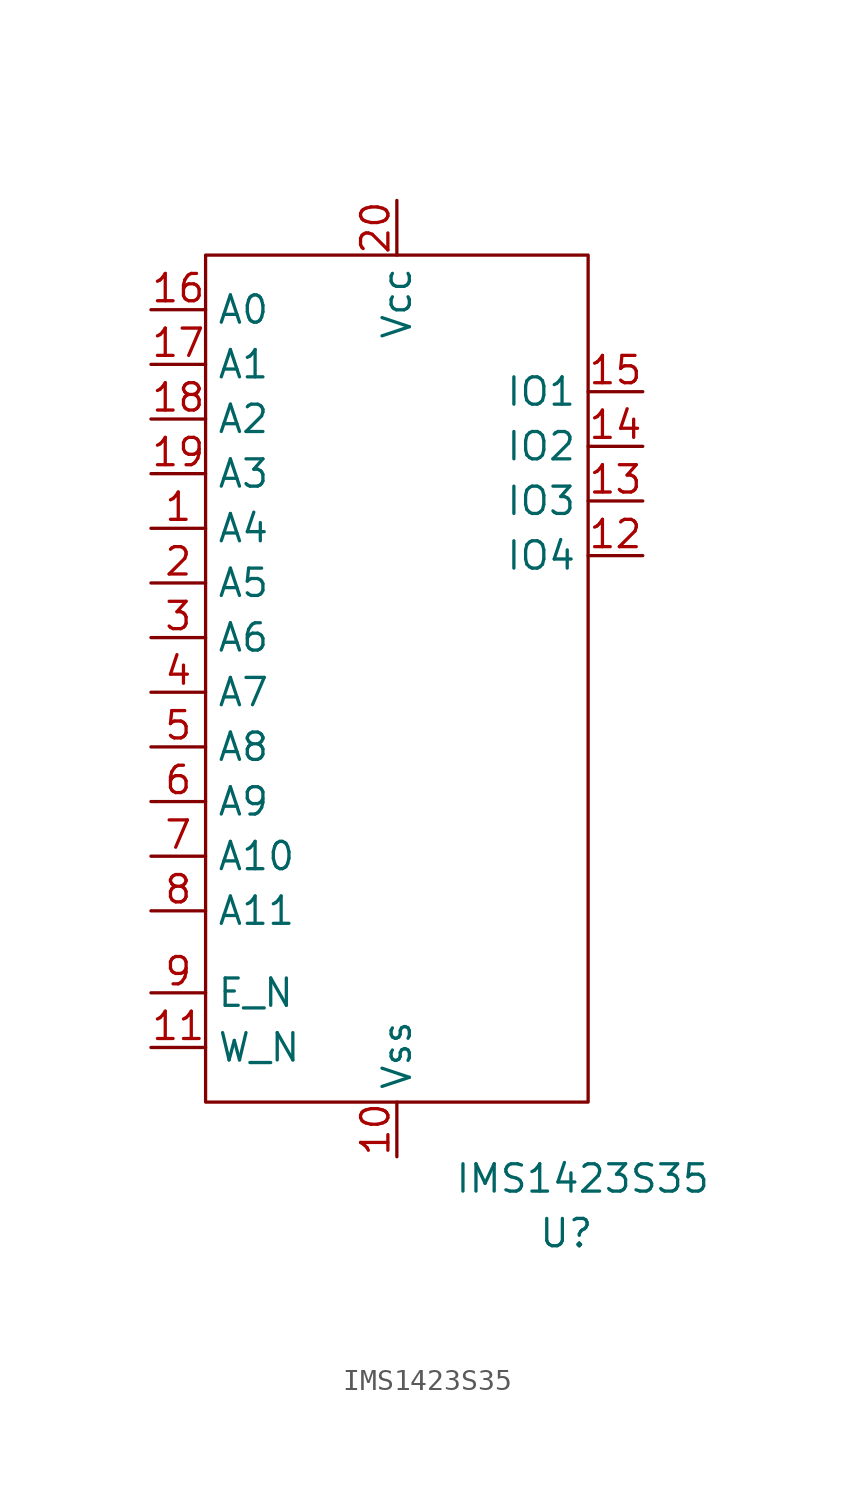
<source format=kicad_sym>
(kicad_symbol_lib
  (version 20241209)
  (generator "kicad_symbol_editor")
  (generator_version "9.0")
  (symbol "IMS1423S35"
    (property "Reference" "U"
      (at 14.224 -42.926 0)
      (effects (font (size 1.27 1.27))))
    (property "Value" "IMS1423S35"
      (at 14.986 -40.386 0)
      (effects (font (size 1.27 1.27))))
    (symbol "IMS1423S35_0_1"
      (rectangle (start -2.54 2.54) (end 15.24 -36.83) (stroke (width 0) (type default)) (fill (type none))))
    (symbol "IMS1423S35_1_1"
      (pin input line (at -5.08 0 0) (length 2.54) (name "A0" (effects (font (size 1.27 1.27)))) (number "16" (effects (font (size 1.27 1.27)))))
      (pin input line (at -5.08 -2.54 0) (length 2.54) (name "A1" (effects (font (size 1.27 1.27)))) (number "17" (effects (font (size 1.27 1.27)))))
      (pin input line (at -5.08 -5.08 0) (length 2.54) (name "A2" (effects (font (size 1.27 1.27)))) (number "18" (effects (font (size 1.27 1.27)))))
      (pin input line (at -5.08 -7.62 0) (length 2.54) (name "A3" (effects (font (size 1.27 1.27)))) (number "19" (effects (font (size 1.27 1.27)))))
      (pin input line (at -5.08 -10.16 0) (length 2.54) (name "A4" (effects (font (size 1.27 1.27)))) (number "1" (effects (font (size 1.27 1.27)))))
      (pin input line (at -5.08 -12.7 0) (length 2.54) (name "A5" (effects (font (size 1.27 1.27)))) (number "2" (effects (font (size 1.27 1.27)))))
      (pin input line (at -5.08 -15.24 0) (length 2.54) (name "A6" (effects (font (size 1.27 1.27)))) (number "3" (effects (font (size 1.27 1.27)))))
      (pin input line (at -5.08 -17.78 0) (length 2.54) (name "A7" (effects (font (size 1.27 1.27)))) (number "4" (effects (font (size 1.27 1.27)))))
      (pin input line (at -5.08 -20.32 0) (length 2.54) (name "A8" (effects (font (size 1.27 1.27)))) (number "5" (effects (font (size 1.27 1.27)))))
      (pin input line (at -5.08 -22.86 0) (length 2.54) (name "A9" (effects (font (size 1.27 1.27)))) (number "6" (effects (font (size 1.27 1.27)))))
      (pin input line (at -5.08 -25.4 0) (length 2.54) (name "A10" (effects (font (size 1.27 1.27)))) (number "7" (effects (font (size 1.27 1.27)))))
      (pin input line (at -5.08 -27.94 0) (length 2.54) (name "A11" (effects (font (size 1.27 1.27)))) (number "8" (effects (font (size 1.27 1.27)))))
      (pin input line (at -5.08 -31.75 0) (length 2.54) (name "E_N" (effects (font (size 1.27 1.27)))) (number "9" (effects (font (size 1.27 1.27)))))
      (pin input line (at -5.08 -34.29 0) (length 2.54) (name "W_N" (effects (font (size 1.27 1.27)))) (number "11" (effects (font (size 1.27 1.27)))))
      (pin power_in line (at 6.35 5.08 270) (length 2.54) (name "Vcc" (effects (font (size 1.27 1.27)))) (number "20" (effects (font (size 1.27 1.27)))))
      (pin power_in line (at 6.35 -39.37 90) (length 2.54) (name "Vss" (effects (font (size 1.27 1.27)))) (number "10" (effects (font (size 1.27 1.27)))))
      (pin bidirectional line (at 17.78 -3.81 180) (length 2.54) (name "IO1" (effects (font (size 1.27 1.27)))) (number "15" (effects (font (size 1.27 1.27)))))
      (pin bidirectional line (at 17.78 -6.35 180) (length 2.54) (name "IO2" (effects (font (size 1.27 1.27)))) (number "14" (effects (font (size 1.27 1.27)))))
      (pin bidirectional line (at 17.78 -8.89 180) (length 2.54) (name "IO3" (effects (font (size 1.27 1.27)))) (number "13" (effects (font (size 1.27 1.27)))))
      (pin bidirectional line (at 17.78 -11.43 180) (length 2.54) (name "IO4" (effects (font (size 1.27 1.27)))) (number "12" (effects (font (size 1.27 1.27))))))))
</source>
